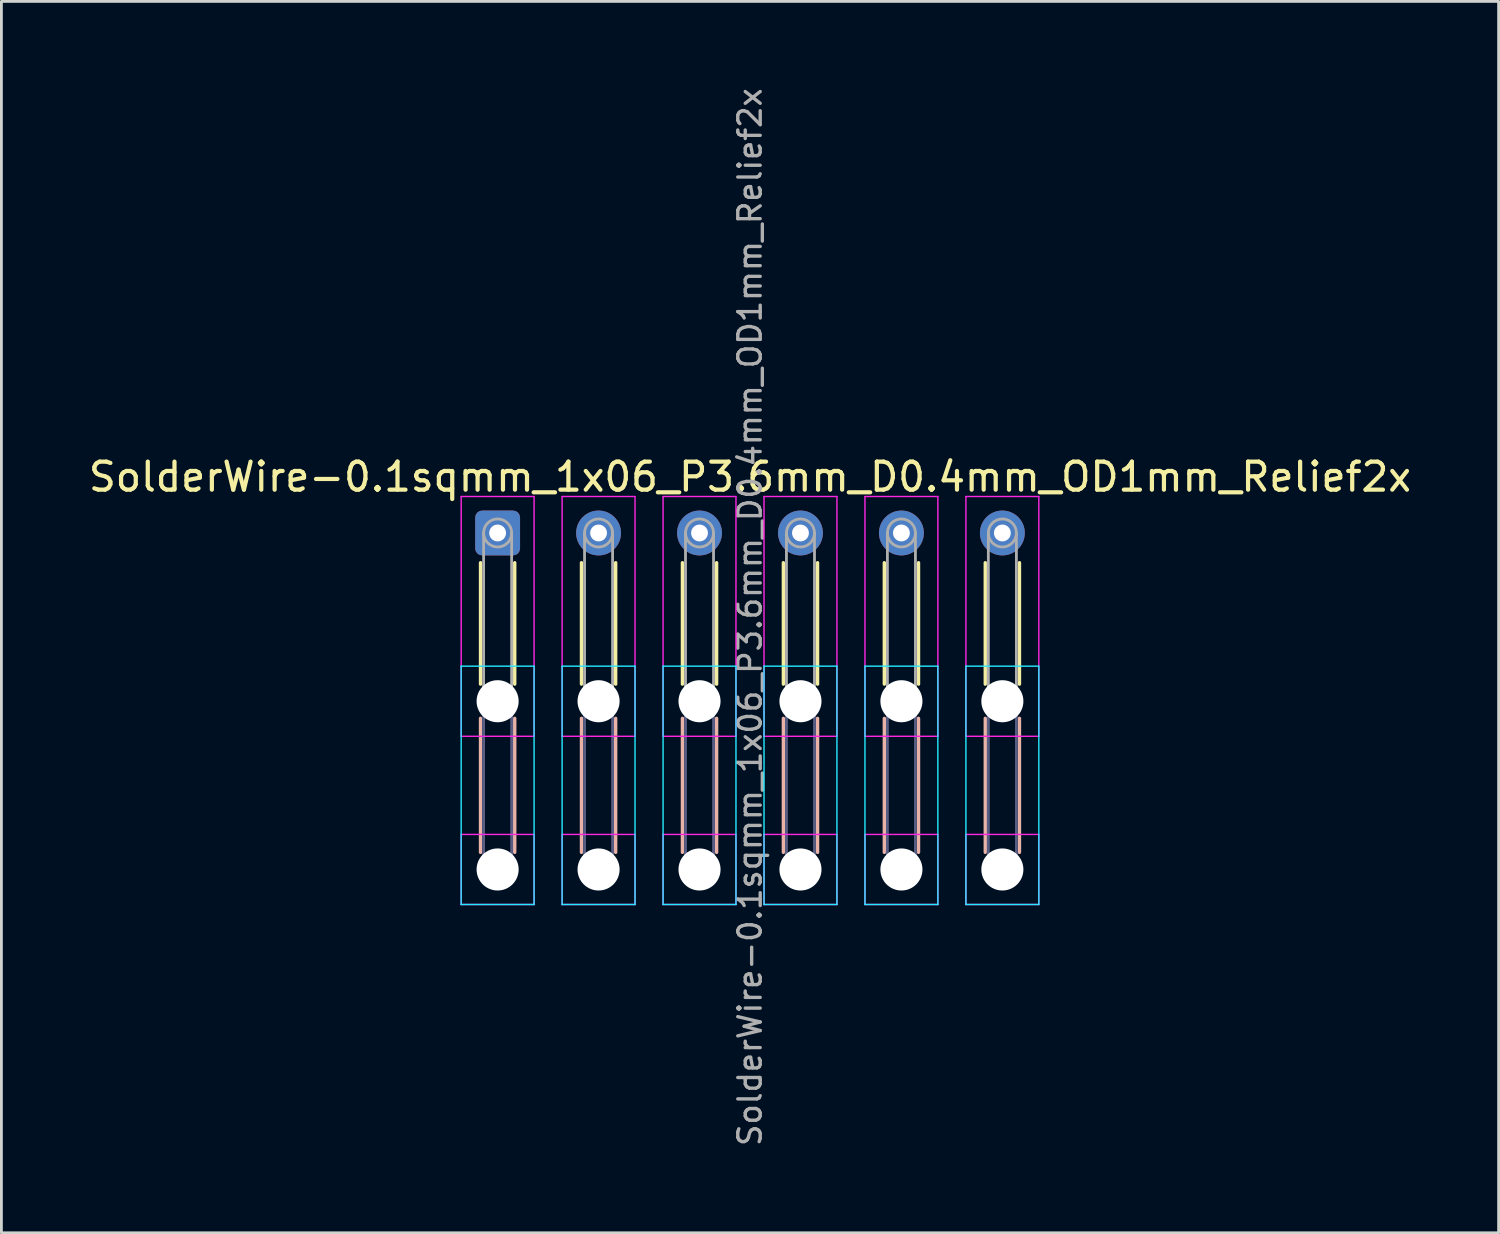
<source format=kicad_pcb>
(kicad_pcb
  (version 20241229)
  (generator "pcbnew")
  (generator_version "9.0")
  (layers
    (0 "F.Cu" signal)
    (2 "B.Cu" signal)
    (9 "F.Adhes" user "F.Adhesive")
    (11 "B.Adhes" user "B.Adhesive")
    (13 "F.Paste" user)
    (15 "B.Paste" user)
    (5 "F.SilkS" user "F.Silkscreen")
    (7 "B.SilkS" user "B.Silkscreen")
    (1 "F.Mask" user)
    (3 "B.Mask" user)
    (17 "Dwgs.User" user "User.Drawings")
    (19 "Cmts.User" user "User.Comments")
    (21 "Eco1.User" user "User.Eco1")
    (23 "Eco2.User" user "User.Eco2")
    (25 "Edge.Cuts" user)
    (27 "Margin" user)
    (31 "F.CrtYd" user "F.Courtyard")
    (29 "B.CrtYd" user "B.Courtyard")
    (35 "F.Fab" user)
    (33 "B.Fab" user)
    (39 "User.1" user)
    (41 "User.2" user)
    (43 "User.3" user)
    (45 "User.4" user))
  (footprint "SolderWire-0.1sqmm_1x06_P3.6mm_D0.4mm_OD1mm_Relief2x"
    (layer "F.Cu")
    (at 14.696 15.957)
    (property "Reference" "SolderWire-0.1sqmm_1x06_P3.6mm_D0.4mm_OD1mm_Relief2x" (at 9 -2 0) (layer "F.SilkS") (effects (font (size 1 1) (thickness 0.15))))
    (attr exclude_from_pos_files exclude_from_bom)
    (fp_line (start -0.61 1.06) (end -0.61 5.39) (stroke (width 0.12) (type solid)) (layer "F.SilkS"))
    (fp_line (start 0.61 1.06) (end 0.61 5.39) (stroke (width 0.12) (type solid)) (layer "F.SilkS"))
    (fp_line (start 2.99 1.06) (end 2.99 5.39) (stroke (width 0.12) (type solid)) (layer "F.SilkS"))
    (fp_line (start 4.21 1.06) (end 4.21 5.39) (stroke (width 0.12) (type solid)) (layer "F.SilkS"))
    (fp_line (start 6.59 1.06) (end 6.59 5.39) (stroke (width 0.12) (type solid)) (layer "F.SilkS"))
    (fp_line (start 7.81 1.06) (end 7.81 5.39) (stroke (width 0.12) (type solid)) (layer "F.SilkS"))
    (fp_line (start 10.19 1.06) (end 10.19 5.39) (stroke (width 0.12) (type solid)) (layer "F.SilkS"))
    (fp_line (start 11.41 1.06) (end 11.41 5.39) (stroke (width 0.12) (type solid)) (layer "F.SilkS"))
    (fp_line (start 13.79 1.06) (end 13.79 5.39) (stroke (width 0.12) (type solid)) (layer "F.SilkS"))
    (fp_line (start 15.01 1.06) (end 15.01 5.39) (stroke (width 0.12) (type solid)) (layer "F.SilkS"))
    (fp_line (start 17.39 1.06) (end 17.39 5.39) (stroke (width 0.12) (type solid)) (layer "F.SilkS"))
    (fp_line (start 18.61 1.06) (end 18.61 5.39) (stroke (width 0.12) (type solid)) (layer "F.SilkS"))
    (fp_line (start -0.61 6.61) (end -0.61 11.39) (stroke (width 0.12) (type solid)) (layer "B.SilkS"))
    (fp_line (start 0.61 6.61) (end 0.61 11.39) (stroke (width 0.12) (type solid)) (layer "B.SilkS"))
    (fp_line (start 2.99 6.61) (end 2.99 11.39) (stroke (width 0.12) (type solid)) (layer "B.SilkS"))
    (fp_line (start 4.21 6.61) (end 4.21 11.39) (stroke (width 0.12) (type solid)) (layer "B.SilkS"))
    (fp_line (start 6.59 6.61) (end 6.59 11.39) (stroke (width 0.12) (type solid)) (layer "B.SilkS"))
    (fp_line (start 7.81 6.61) (end 7.81 11.39) (stroke (width 0.12) (type solid)) (layer "B.SilkS"))
    (fp_line (start 10.19 6.61) (end 10.19 11.39) (stroke (width 0.12) (type solid)) (layer "B.SilkS"))
    (fp_line (start 11.41 6.61) (end 11.41 11.39) (stroke (width 0.12) (type solid)) (layer "B.SilkS"))
    (fp_line (start 13.79 6.61) (end 13.79 11.39) (stroke (width 0.12) (type solid)) (layer "B.SilkS"))
    (fp_line (start 15.01 6.61) (end 15.01 11.39) (stroke (width 0.12) (type solid)) (layer "B.SilkS"))
    (fp_line (start 17.39 6.61) (end 17.39 11.39) (stroke (width 0.12) (type solid)) (layer "B.SilkS"))
    (fp_line (start 18.61 6.61) (end 18.61 11.39) (stroke (width 0.12) (type solid)) (layer "B.SilkS"))
    (fp_line (start -1.3 4.75) (end -1.3 13.25) (stroke (width 0.05) (type solid)) (layer "B.CrtYd"))
    (fp_line (start -1.3 13.25) (end 1.3 13.25) (stroke (width 0.05) (type solid)) (layer "B.CrtYd"))
    (fp_line (start 1.3 4.75) (end -1.3 4.75) (stroke (width 0.05) (type solid)) (layer "B.CrtYd"))
    (fp_line (start 1.3 13.25) (end 1.3 4.75) (stroke (width 0.05) (type solid)) (layer "B.CrtYd"))
    (fp_line (start 2.3 4.75) (end 2.3 13.25) (stroke (width 0.05) (type solid)) (layer "B.CrtYd"))
    (fp_line (start 2.3 13.25) (end 4.9 13.25) (stroke (width 0.05) (type solid)) (layer "B.CrtYd"))
    (fp_line (start 4.9 4.75) (end 2.3 4.75) (stroke (width 0.05) (type solid)) (layer "B.CrtYd"))
    (fp_line (start 4.9 13.25) (end 4.9 4.75) (stroke (width 0.05) (type solid)) (layer "B.CrtYd"))
    (fp_line (start 5.9 4.75) (end 5.9 13.25) (stroke (width 0.05) (type solid)) (layer "B.CrtYd"))
    (fp_line (start 5.9 13.25) (end 8.5 13.25) (stroke (width 0.05) (type solid)) (layer "B.CrtYd"))
    (fp_line (start 8.5 4.75) (end 5.9 4.75) (stroke (width 0.05) (type solid)) (layer "B.CrtYd"))
    (fp_line (start 8.5 13.25) (end 8.5 4.75) (stroke (width 0.05) (type solid)) (layer "B.CrtYd"))
    (fp_line (start 9.5 4.75) (end 9.5 13.25) (stroke (width 0.05) (type solid)) (layer "B.CrtYd"))
    (fp_line (start 9.5 13.25) (end 12.1 13.25) (stroke (width 0.05) (type solid)) (layer "B.CrtYd"))
    (fp_line (start 12.1 4.75) (end 9.5 4.75) (stroke (width 0.05) (type solid)) (layer "B.CrtYd"))
    (fp_line (start 12.1 13.25) (end 12.1 4.75) (stroke (width 0.05) (type solid)) (layer "B.CrtYd"))
    (fp_line (start 13.1 4.75) (end 13.1 13.25) (stroke (width 0.05) (type solid)) (layer "B.CrtYd"))
    (fp_line (start 13.1 13.25) (end 15.7 13.25) (stroke (width 0.05) (type solid)) (layer "B.CrtYd"))
    (fp_line (start 15.7 4.75) (end 13.1 4.75) (stroke (width 0.05) (type solid)) (layer "B.CrtYd"))
    (fp_line (start 15.7 13.25) (end 15.7 4.75) (stroke (width 0.05) (type solid)) (layer "B.CrtYd"))
    (fp_line (start 16.7 4.75) (end 16.7 13.25) (stroke (width 0.05) (type solid)) (layer "B.CrtYd"))
    (fp_line (start 16.7 13.25) (end 19.3 13.25) (stroke (width 0.05) (type solid)) (layer "B.CrtYd"))
    (fp_line (start 19.3 4.75) (end 16.7 4.75) (stroke (width 0.05) (type solid)) (layer "B.CrtYd"))
    (fp_line (start 19.3 13.25) (end 19.3 4.75) (stroke (width 0.05) (type solid)) (layer "B.CrtYd"))
    (fp_line (start -1.3 -1.3) (end -1.3 7.25) (stroke (width 0.05) (type solid)) (layer "F.CrtYd"))
    (fp_line (start -1.3 7.25) (end 1.3 7.25) (stroke (width 0.05) (type solid)) (layer "F.CrtYd"))
    (fp_line (start -1.3 10.75) (end -1.3 13.25) (stroke (width 0.05) (type solid)) (layer "F.CrtYd"))
    (fp_line (start -1.3 13.25) (end 1.3 13.25) (stroke (width 0.05) (type solid)) (layer "F.CrtYd"))
    (fp_line (start 1.3 -1.3) (end -1.3 -1.3) (stroke (width 0.05) (type solid)) (layer "F.CrtYd"))
    (fp_line (start 1.3 7.25) (end 1.3 -1.3) (stroke (width 0.05) (type solid)) (layer "F.CrtYd"))
    (fp_line (start 1.3 10.75) (end -1.3 10.75) (stroke (width 0.05) (type solid)) (layer "F.CrtYd"))
    (fp_line (start 1.3 13.25) (end 1.3 10.75) (stroke (width 0.05) (type solid)) (layer "F.CrtYd"))
    (fp_line (start 2.3 -1.3) (end 2.3 7.25) (stroke (width 0.05) (type solid)) (layer "F.CrtYd"))
    (fp_line (start 2.3 7.25) (end 4.9 7.25) (stroke (width 0.05) (type solid)) (layer "F.CrtYd"))
    (fp_line (start 2.3 10.75) (end 2.3 13.25) (stroke (width 0.05) (type solid)) (layer "F.CrtYd"))
    (fp_line (start 2.3 13.25) (end 4.9 13.25) (stroke (width 0.05) (type solid)) (layer "F.CrtYd"))
    (fp_line (start 4.9 -1.3) (end 2.3 -1.3) (stroke (width 0.05) (type solid)) (layer "F.CrtYd"))
    (fp_line (start 4.9 7.25) (end 4.9 -1.3) (stroke (width 0.05) (type solid)) (layer "F.CrtYd"))
    (fp_line (start 4.9 10.75) (end 2.3 10.75) (stroke (width 0.05) (type solid)) (layer "F.CrtYd"))
    (fp_line (start 4.9 13.25) (end 4.9 10.75) (stroke (width 0.05) (type solid)) (layer "F.CrtYd"))
    (fp_line (start 5.9 -1.3) (end 5.9 7.25) (stroke (width 0.05) (type solid)) (layer "F.CrtYd"))
    (fp_line (start 5.9 7.25) (end 8.5 7.25) (stroke (width 0.05) (type solid)) (layer "F.CrtYd"))
    (fp_line (start 5.9 10.75) (end 5.9 13.25) (stroke (width 0.05) (type solid)) (layer "F.CrtYd"))
    (fp_line (start 5.9 13.25) (end 8.5 13.25) (stroke (width 0.05) (type solid)) (layer "F.CrtYd"))
    (fp_line (start 8.5 -1.3) (end 5.9 -1.3) (stroke (width 0.05) (type solid)) (layer "F.CrtYd"))
    (fp_line (start 8.5 7.25) (end 8.5 -1.3) (stroke (width 0.05) (type solid)) (layer "F.CrtYd"))
    (fp_line (start 8.5 10.75) (end 5.9 10.75) (stroke (width 0.05) (type solid)) (layer "F.CrtYd"))
    (fp_line (start 8.5 13.25) (end 8.5 10.75) (stroke (width 0.05) (type solid)) (layer "F.CrtYd"))
    (fp_line (start 9.5 -1.3) (end 9.5 7.25) (stroke (width 0.05) (type solid)) (layer "F.CrtYd"))
    (fp_line (start 9.5 7.25) (end 12.1 7.25) (stroke (width 0.05) (type solid)) (layer "F.CrtYd"))
    (fp_line (start 9.5 10.75) (end 9.5 13.25) (stroke (width 0.05) (type solid)) (layer "F.CrtYd"))
    (fp_line (start 9.5 13.25) (end 12.1 13.25) (stroke (width 0.05) (type solid)) (layer "F.CrtYd"))
    (fp_line (start 12.1 -1.3) (end 9.5 -1.3) (stroke (width 0.05) (type solid)) (layer "F.CrtYd"))
    (fp_line (start 12.1 7.25) (end 12.1 -1.3) (stroke (width 0.05) (type solid)) (layer "F.CrtYd"))
    (fp_line (start 12.1 10.75) (end 9.5 10.75) (stroke (width 0.05) (type solid)) (layer "F.CrtYd"))
    (fp_line (start 12.1 13.25) (end 12.1 10.75) (stroke (width 0.05) (type solid)) (layer "F.CrtYd"))
    (fp_line (start 13.1 -1.3) (end 13.1 7.25) (stroke (width 0.05) (type solid)) (layer "F.CrtYd"))
    (fp_line (start 13.1 7.25) (end 15.7 7.25) (stroke (width 0.05) (type solid)) (layer "F.CrtYd"))
    (fp_line (start 13.1 10.75) (end 13.1 13.25) (stroke (width 0.05) (type solid)) (layer "F.CrtYd"))
    (fp_line (start 13.1 13.25) (end 15.7 13.25) (stroke (width 0.05) (type solid)) (layer "F.CrtYd"))
    (fp_line (start 15.7 -1.3) (end 13.1 -1.3) (stroke (width 0.05) (type solid)) (layer "F.CrtYd"))
    (fp_line (start 15.7 7.25) (end 15.7 -1.3) (stroke (width 0.05) (type solid)) (layer "F.CrtYd"))
    (fp_line (start 15.7 10.75) (end 13.1 10.75) (stroke (width 0.05) (type solid)) (layer "F.CrtYd"))
    (fp_line (start 15.7 13.25) (end 15.7 10.75) (stroke (width 0.05) (type solid)) (layer "F.CrtYd"))
    (fp_line (start 16.7 -1.3) (end 16.7 7.25) (stroke (width 0.05) (type solid)) (layer "F.CrtYd"))
    (fp_line (start 16.7 7.25) (end 19.3 7.25) (stroke (width 0.05) (type solid)) (layer "F.CrtYd"))
    (fp_line (start 16.7 10.75) (end 16.7 13.25) (stroke (width 0.05) (type solid)) (layer "F.CrtYd"))
    (fp_line (start 16.7 13.25) (end 19.3 13.25) (stroke (width 0.05) (type solid)) (layer "F.CrtYd"))
    (fp_line (start 19.3 -1.3) (end 16.7 -1.3) (stroke (width 0.05) (type solid)) (layer "F.CrtYd"))
    (fp_line (start 19.3 7.25) (end 19.3 -1.3) (stroke (width 0.05) (type solid)) (layer "F.CrtYd"))
    (fp_line (start 19.3 10.75) (end 16.7 10.75) (stroke (width 0.05) (type solid)) (layer "F.CrtYd"))
    (fp_line (start 19.3 13.25) (end 19.3 10.75) (stroke (width 0.05) (type solid)) (layer "F.CrtYd"))
    (fp_line (start -0.5 6) (end -0.5 12) (stroke (width 0.1) (type solid)) (layer "B.Fab"))
    (fp_line (start 0.5 6) (end 0.5 12) (stroke (width 0.1) (type solid)) (layer "B.Fab"))
    (fp_line (start 3.1 6) (end 3.1 12) (stroke (width 0.1) (type solid)) (layer "B.Fab"))
    (fp_line (start 4.1 6) (end 4.1 12) (stroke (width 0.1) (type solid)) (layer "B.Fab"))
    (fp_line (start 6.7 6) (end 6.7 12) (stroke (width 0.1) (type solid)) (layer "B.Fab"))
    (fp_line (start 7.7 6) (end 7.7 12) (stroke (width 0.1) (type solid)) (layer "B.Fab"))
    (fp_line (start 10.3 6) (end 10.3 12) (stroke (width 0.1) (type solid)) (layer "B.Fab"))
    (fp_line (start 11.3 6) (end 11.3 12) (stroke (width 0.1) (type solid)) (layer "B.Fab"))
    (fp_line (start 13.9 6) (end 13.9 12) (stroke (width 0.1) (type solid)) (layer "B.Fab"))
    (fp_line (start 14.9 6) (end 14.9 12) (stroke (width 0.1) (type solid)) (layer "B.Fab"))
    (fp_line (start 17.5 6) (end 17.5 12) (stroke (width 0.1) (type solid)) (layer "B.Fab"))
    (fp_line (start 18.5 6) (end 18.5 12) (stroke (width 0.1) (type solid)) (layer "B.Fab"))
    (fp_circle (center 0 6) (end 0.5 6) (stroke (width 0.1) (type solid)) (fill no) (layer "B.Fab"))
    (fp_circle (center 0 12) (end 0.5 12) (stroke (width 0.1) (type solid)) (fill no) (layer "B.Fab"))
    (fp_circle (center 3.6 6) (end 4.1 6) (stroke (width 0.1) (type solid)) (fill no) (layer "B.Fab"))
    (fp_circle (center 3.6 12) (end 4.1 12) (stroke (width 0.1) (type solid)) (fill no) (layer "B.Fab"))
    (fp_circle (center 7.2 6) (end 7.7 6) (stroke (width 0.1) (type solid)) (fill no) (layer "B.Fab"))
    (fp_circle (center 7.2 12) (end 7.7 12) (stroke (width 0.1) (type solid)) (fill no) (layer "B.Fab"))
    (fp_circle (center 10.8 6) (end 11.3 6) (stroke (width 0.1) (type solid)) (fill no) (layer "B.Fab"))
    (fp_circle (center 10.8 12) (end 11.3 12) (stroke (width 0.1) (type solid)) (fill no) (layer "B.Fab"))
    (fp_circle (center 14.4 6) (end 14.9 6) (stroke (width 0.1) (type solid)) (fill no) (layer "B.Fab"))
    (fp_circle (center 14.4 12) (end 14.9 12) (stroke (width 0.1) (type solid)) (fill no) (layer "B.Fab"))
    (fp_circle (center 18 6) (end 18.5 6) (stroke (width 0.1) (type solid)) (fill no) (layer "B.Fab"))
    (fp_circle (center 18 12) (end 18.5 12) (stroke (width 0.1) (type solid)) (fill no) (layer "B.Fab"))
    (fp_line (start -0.5 0) (end -0.5 6) (stroke (width 0.1) (type solid)) (layer "F.Fab"))
    (fp_line (start 0.5 0) (end 0.5 6) (stroke (width 0.1) (type solid)) (layer "F.Fab"))
    (fp_line (start 3.1 0) (end 3.1 6) (stroke (width 0.1) (type solid)) (layer "F.Fab"))
    (fp_line (start 4.1 0) (end 4.1 6) (stroke (width 0.1) (type solid)) (layer "F.Fab"))
    (fp_line (start 6.7 0) (end 6.7 6) (stroke (width 0.1) (type solid)) (layer "F.Fab"))
    (fp_line (start 7.7 0) (end 7.7 6) (stroke (width 0.1) (type solid)) (layer "F.Fab"))
    (fp_line (start 10.3 0) (end 10.3 6) (stroke (width 0.1) (type solid)) (layer "F.Fab"))
    (fp_line (start 11.3 0) (end 11.3 6) (stroke (width 0.1) (type solid)) (layer "F.Fab"))
    (fp_line (start 13.9 0) (end 13.9 6) (stroke (width 0.1) (type solid)) (layer "F.Fab"))
    (fp_line (start 14.9 0) (end 14.9 6) (stroke (width 0.1) (type solid)) (layer "F.Fab"))
    (fp_line (start 17.5 0) (end 17.5 6) (stroke (width 0.1) (type solid)) (layer "F.Fab"))
    (fp_line (start 18.5 0) (end 18.5 6) (stroke (width 0.1) (type solid)) (layer "F.Fab"))
    (fp_circle (center 0 0) (end 0.5 0) (stroke (width 0.1) (type solid)) (fill no) (layer "F.Fab"))
    (fp_circle (center 0 6) (end 0.5 6) (stroke (width 0.1) (type solid)) (fill no) (layer "F.Fab"))
    (fp_circle (center 0 12) (end 0.5 12) (stroke (width 0.1) (type solid)) (fill no) (layer "F.Fab"))
    (fp_circle (center 3.6 0) (end 4.1 0) (stroke (width 0.1) (type solid)) (fill no) (layer "F.Fab"))
    (fp_circle (center 3.6 6) (end 4.1 6) (stroke (width 0.1) (type solid)) (fill no) (layer "F.Fab"))
    (fp_circle (center 3.6 12) (end 4.1 12) (stroke (width 0.1) (type solid)) (fill no) (layer "F.Fab"))
    (fp_circle (center 7.2 0) (end 7.7 0) (stroke (width 0.1) (type solid)) (fill no) (layer "F.Fab"))
    (fp_circle (center 7.2 6) (end 7.7 6) (stroke (width 0.1) (type solid)) (fill no) (layer "F.Fab"))
    (fp_circle (center 7.2 12) (end 7.7 12) (stroke (width 0.1) (type solid)) (fill no) (layer "F.Fab"))
    (fp_circle (center 10.8 0) (end 11.3 0) (stroke (width 0.1) (type solid)) (fill no) (layer "F.Fab"))
    (fp_circle (center 10.8 6) (end 11.3 6) (stroke (width 0.1) (type solid)) (fill no) (layer "F.Fab"))
    (fp_circle (center 10.8 12) (end 11.3 12) (stroke (width 0.1) (type solid)) (fill no) (layer "F.Fab"))
    (fp_circle (center 14.4 0) (end 14.9 0) (stroke (width 0.1) (type solid)) (fill no) (layer "F.Fab"))
    (fp_circle (center 14.4 6) (end 14.9 6) (stroke (width 0.1) (type solid)) (fill no) (layer "F.Fab"))
    (fp_circle (center 14.4 12) (end 14.9 12) (stroke (width 0.1) (type solid)) (fill no) (layer "F.Fab"))
    (fp_circle (center 18 0) (end 18.5 0) (stroke (width 0.1) (type solid)) (fill no) (layer "F.Fab"))
    (fp_circle (center 18 6) (end 18.5 6) (stroke (width 0.1) (type solid)) (fill no) (layer "F.Fab"))
    (fp_circle (center 18 12) (end 18.5 12) (stroke (width 0.1) (type solid)) (fill no) (layer "F.Fab"))
    (fp_text user "${REFERENCE}" (at 9 3 90) (layer "F.Fab") (effects (font (size 0.8 0.8) (thickness 0.12))))
    (pad "" np_thru_hole circle (at 0 6) (size 1.5 1.5) (drill 1.5) (layers "*.Cu" "*.Mask"))
    (pad "" np_thru_hole circle (at 0 12) (size 1.5 1.5) (drill 1.5) (layers "*.Cu" "*.Mask"))
    (pad "" np_thru_hole circle (at 3.6 6) (size 1.5 1.5) (drill 1.5) (layers "*.Cu" "*.Mask"))
    (pad "" np_thru_hole circle (at 3.6 12) (size 1.5 1.5) (drill 1.5) (layers "*.Cu" "*.Mask"))
    (pad "" np_thru_hole circle (at 7.2 6) (size 1.5 1.5) (drill 1.5) (layers "*.Cu" "*.Mask"))
    (pad "" np_thru_hole circle (at 7.2 12) (size 1.5 1.5) (drill 1.5) (layers "*.Cu" "*.Mask"))
    (pad "" np_thru_hole circle (at 10.8 6) (size 1.5 1.5) (drill 1.5) (layers "*.Cu" "*.Mask"))
    (pad "" np_thru_hole circle (at 10.8 12) (size 1.5 1.5) (drill 1.5) (layers "*.Cu" "*.Mask"))
    (pad "" np_thru_hole circle (at 14.4 6) (size 1.5 1.5) (drill 1.5) (layers "*.Cu" "*.Mask"))
    (pad "" np_thru_hole circle (at 14.4 12) (size 1.5 1.5) (drill 1.5) (layers "*.Cu" "*.Mask"))
    (pad "" np_thru_hole circle (at 18 6) (size 1.5 1.5) (drill 1.5) (layers "*.Cu" "*.Mask"))
    (pad "" np_thru_hole circle (at 18 12) (size 1.5 1.5) (drill 1.5) (layers "*.Cu" "*.Mask"))
    (pad "1" thru_hole roundrect (at 0 0) (size 1.6 1.6) (drill 0.6) (layers "*.Cu" "*.Mask") (roundrect_rratio 0.156))
    (pad "2" thru_hole circle (at 3.6 0) (size 1.6 1.6) (drill 0.6) (layers "*.Cu" "*.Mask"))
    (pad "3" thru_hole circle (at 7.2 0) (size 1.6 1.6) (drill 0.6) (layers "*.Cu" "*.Mask"))
    (pad "4" thru_hole circle (at 10.8 0) (size 1.6 1.6) (drill 0.6) (layers "*.Cu" "*.Mask"))
    (pad "5" thru_hole circle (at 14.4 0) (size 1.6 1.6) (drill 0.6) (layers "*.Cu" "*.Mask"))
    (pad "6" thru_hole circle (at 18 0) (size 1.6 1.6) (drill 0.6) (layers "*.Cu" "*.Mask")))
  (gr_rect
    (start -3 -3)
    (end 50.393 40.914)
    (stroke (width 0.1) (type default))
    (fill no)
    (layer "Edge.Cuts")))
</source>
